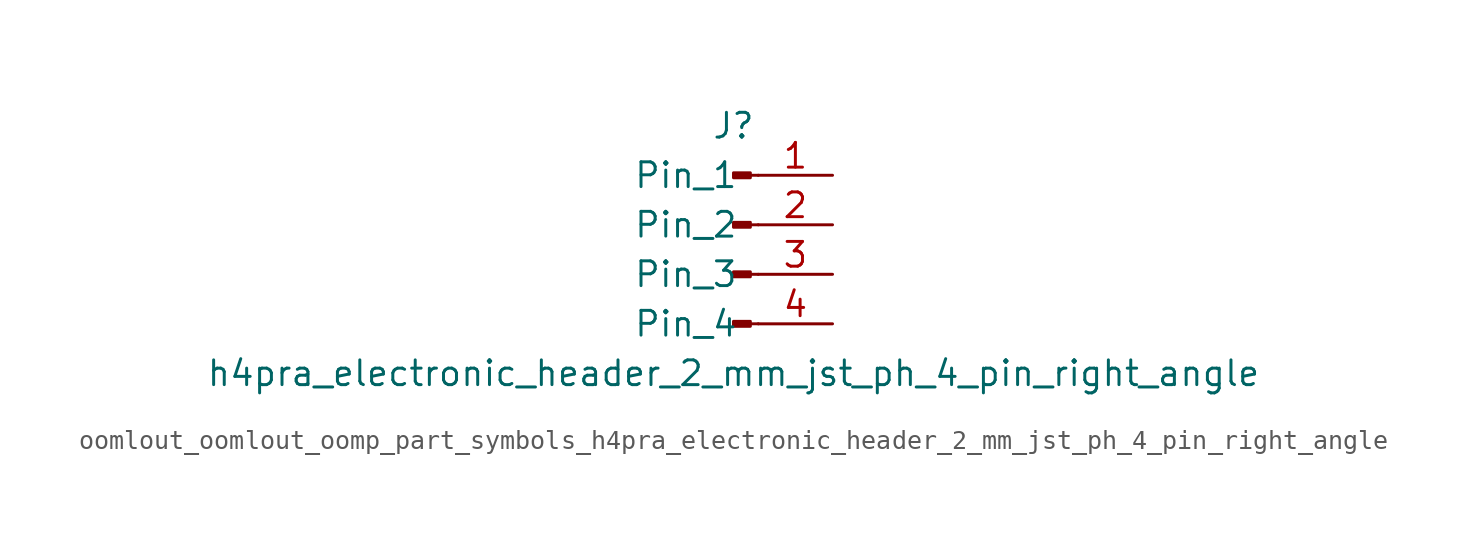
<source format=kicad_sym>
(kicad_symbol_lib
  (version 20220914)
  (generator kicad_symbol_editor)
  (symbol "oomlout_oomlout_oomp_part_symbols_h4pra_electronic_header_2_mm_jst_ph_4_pin_right_angle"
    (pin_names
      (offset 1.016))
    (property "Reference" "J"
      (at 0 5.08 0)
      (effects (font (size 1.27 1.27))))
    (property "Value" "h4pra_electronic_header_2_mm_jst_ph_4_pin_right_angle"
      (at 0 -7.62 0)
      (effects (font (size 1.27 1.27))))
    (property "ki_locked" ""
      (at 0 0 0)
      (effects (font (size 1.27 1.27))))
    (symbol "oomlout_oomlout_oomp_part_symbols_h4pra_electronic_header_2_mm_jst_ph_4_pin_right_angle_1_1"
      (polyline (pts (xy 1.27 -5.08) (xy 0.864 -5.08)) (stroke (width 0.152) (type default)) (fill (type none)))
      (polyline (pts (xy 1.27 -2.54) (xy 0.864 -2.54)) (stroke (width 0.152) (type default)) (fill (type none)))
      (polyline (pts (xy 1.27 0) (xy 0.864 0)) (stroke (width 0.152) (type default)) (fill (type none)))
      (polyline (pts (xy 1.27 2.54) (xy 0.864 2.54)) (stroke (width 0.152) (type default)) (fill (type none)))
      (rectangle (start 0.864 -4.953) (end 0 -5.207) (stroke (width 0.152) (type default)) (fill (type outline)))
      (rectangle (start 0.864 -2.413) (end 0 -2.667) (stroke (width 0.152) (type default)) (fill (type outline)))
      (rectangle (start 0.864 0.127) (end 0 -0.127) (stroke (width 0.152) (type default)) (fill (type outline)))
      (rectangle (start 0.864 2.667) (end 0 2.413) (stroke (width 0.152) (type default)) (fill (type outline)))
      (pin passive line (at 5.08 2.54 180) (length 3.81) (name "Pin_1" (effects (font (size 1.27 1.27)))) (number "1" (effects (font (size 1.27 1.27)))))
      (pin passive line (at 5.08 0 180) (length 3.81) (name "Pin_2" (effects (font (size 1.27 1.27)))) (number "2" (effects (font (size 1.27 1.27)))))
      (pin passive line (at 5.08 -2.54 180) (length 3.81) (name "Pin_3" (effects (font (size 1.27 1.27)))) (number "3" (effects (font (size 1.27 1.27)))))
      (pin passive line (at 5.08 -5.08 180) (length 3.81) (name "Pin_4" (effects (font (size 1.27 1.27)))) (number "4" (effects (font (size 1.27 1.27))))))))
</source>
